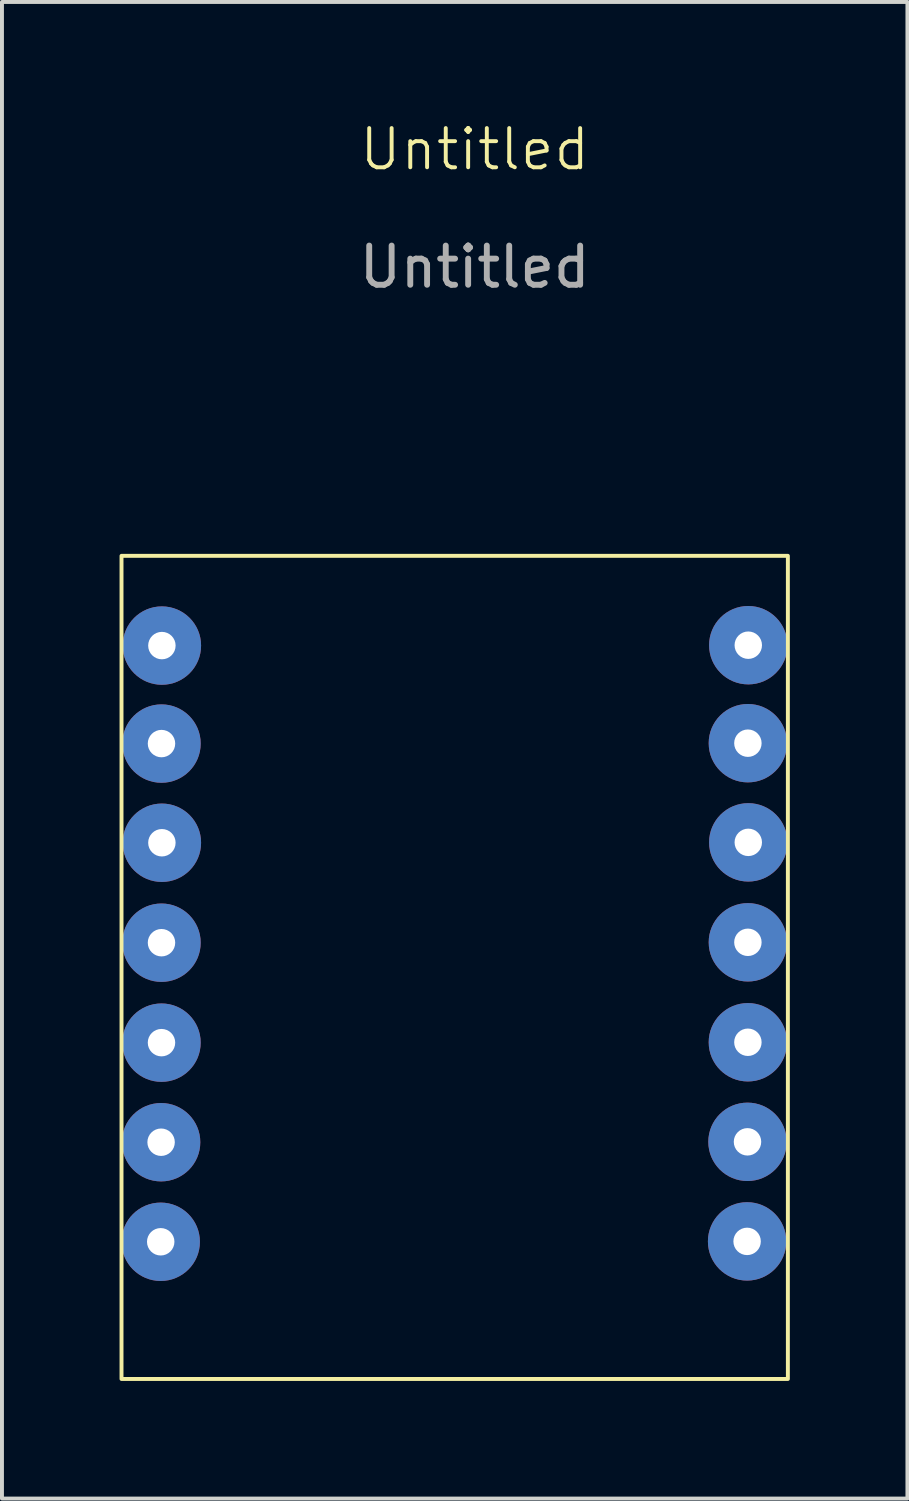
<source format=kicad_pcb>
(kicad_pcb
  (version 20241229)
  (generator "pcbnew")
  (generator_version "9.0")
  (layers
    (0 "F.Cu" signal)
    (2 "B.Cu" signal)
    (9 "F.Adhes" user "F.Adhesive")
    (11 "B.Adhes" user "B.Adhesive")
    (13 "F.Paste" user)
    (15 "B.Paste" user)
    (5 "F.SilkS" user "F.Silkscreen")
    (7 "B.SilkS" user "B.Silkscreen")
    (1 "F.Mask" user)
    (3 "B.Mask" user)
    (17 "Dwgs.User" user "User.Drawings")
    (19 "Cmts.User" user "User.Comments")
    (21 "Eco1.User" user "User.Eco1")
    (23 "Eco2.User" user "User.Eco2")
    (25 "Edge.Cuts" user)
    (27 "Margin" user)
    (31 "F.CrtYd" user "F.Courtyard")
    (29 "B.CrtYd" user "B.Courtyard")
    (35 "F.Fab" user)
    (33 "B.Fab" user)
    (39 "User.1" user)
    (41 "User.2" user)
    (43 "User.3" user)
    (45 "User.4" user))
  (footprint "Untitled"
    (layer "F.Cu")
    (at 9.06 1.26)
    (property "Reference" "Untitled" (at 0 -0.5 0) (unlocked yes) (layer "F.SilkS") (effects (font (size 1 1) (thickness 0.1))))
    (attr smd)
    (fp_rect (start -9.01 9.87) (end 7.99 30.87) (stroke (width 0.1) (type default)) (fill no) (layer "F.SilkS"))
    (fp_text user "${REFERENCE}" (at 0 2.5 0) (unlocked yes) (layer "F.Fab") (effects (font (size 1 1) (thickness 0.15))))
    (pad "1" thru_hole oval (at 6.98 12.15) (size 2 2) (drill 0.7) (layers "*.Cu" "*.Mask" "B.Adhes"))
    (pad "2" thru_hole oval (at 6.97 14.65) (size 2 2) (drill 0.7) (layers "*.Cu" "*.Mask"))
    (pad "3" thru_hole oval (at 6.98 17.18) (size 2 2) (drill 0.7) (layers "*.Cu" "*.Mask"))
    (pad "4" thru_hole oval (at 6.97 19.73) (size 2 2) (drill 0.7) (layers "*.Cu" "*.Mask"))
    (pad "5" thru_hole oval (at 6.97 22.28) (size 2 2) (drill 0.7) (layers "*.Cu" "*.Mask"))
    (pad "6" thru_hole oval (at 6.96 24.82) (size 2 2) (drill 0.7) (layers "*.Cu" "*.Mask"))
    (pad "7" thru_hole oval (at 6.95 27.36) (size 2 2) (drill 0.7) (layers "*.Cu" "*.Mask"))
    (pad "8" thru_hole oval (at -7.98 12.16) (size 2 2) (drill 0.7) (layers "*.Cu" "*.Mask"))
    (pad "9" thru_hole oval (at -7.99 14.66) (size 2 2) (drill 0.7) (layers "*.Cu" "*.Mask"))
    (pad "10" thru_hole oval (at -7.98 17.19) (size 2 2) (drill 0.7) (layers "*.Cu" "*.Mask"))
    (pad "11" thru_hole oval (at -7.99 19.74) (size 2 2) (drill 0.7) (layers "*.Cu" "*.Mask"))
    (pad "12" thru_hole oval (at -7.99 22.29) (size 2 2) (drill 0.7) (layers "*.Cu" "*.Mask"))
    (pad "13" thru_hole oval (at -8 24.83) (size 2 2) (drill 0.7) (layers "*.Cu" "*.Mask"))
    (pad "14" thru_hole oval (at -8.01 27.37) (size 2 2) (drill 0.7) (layers "*.Cu" "*.Mask")))
  (gr_rect
    (start -3 -3)
    (end 20.1 35.181)
    (stroke (width 0.1) (type default))
    (fill no)
    (layer "Edge.Cuts")))
</source>
